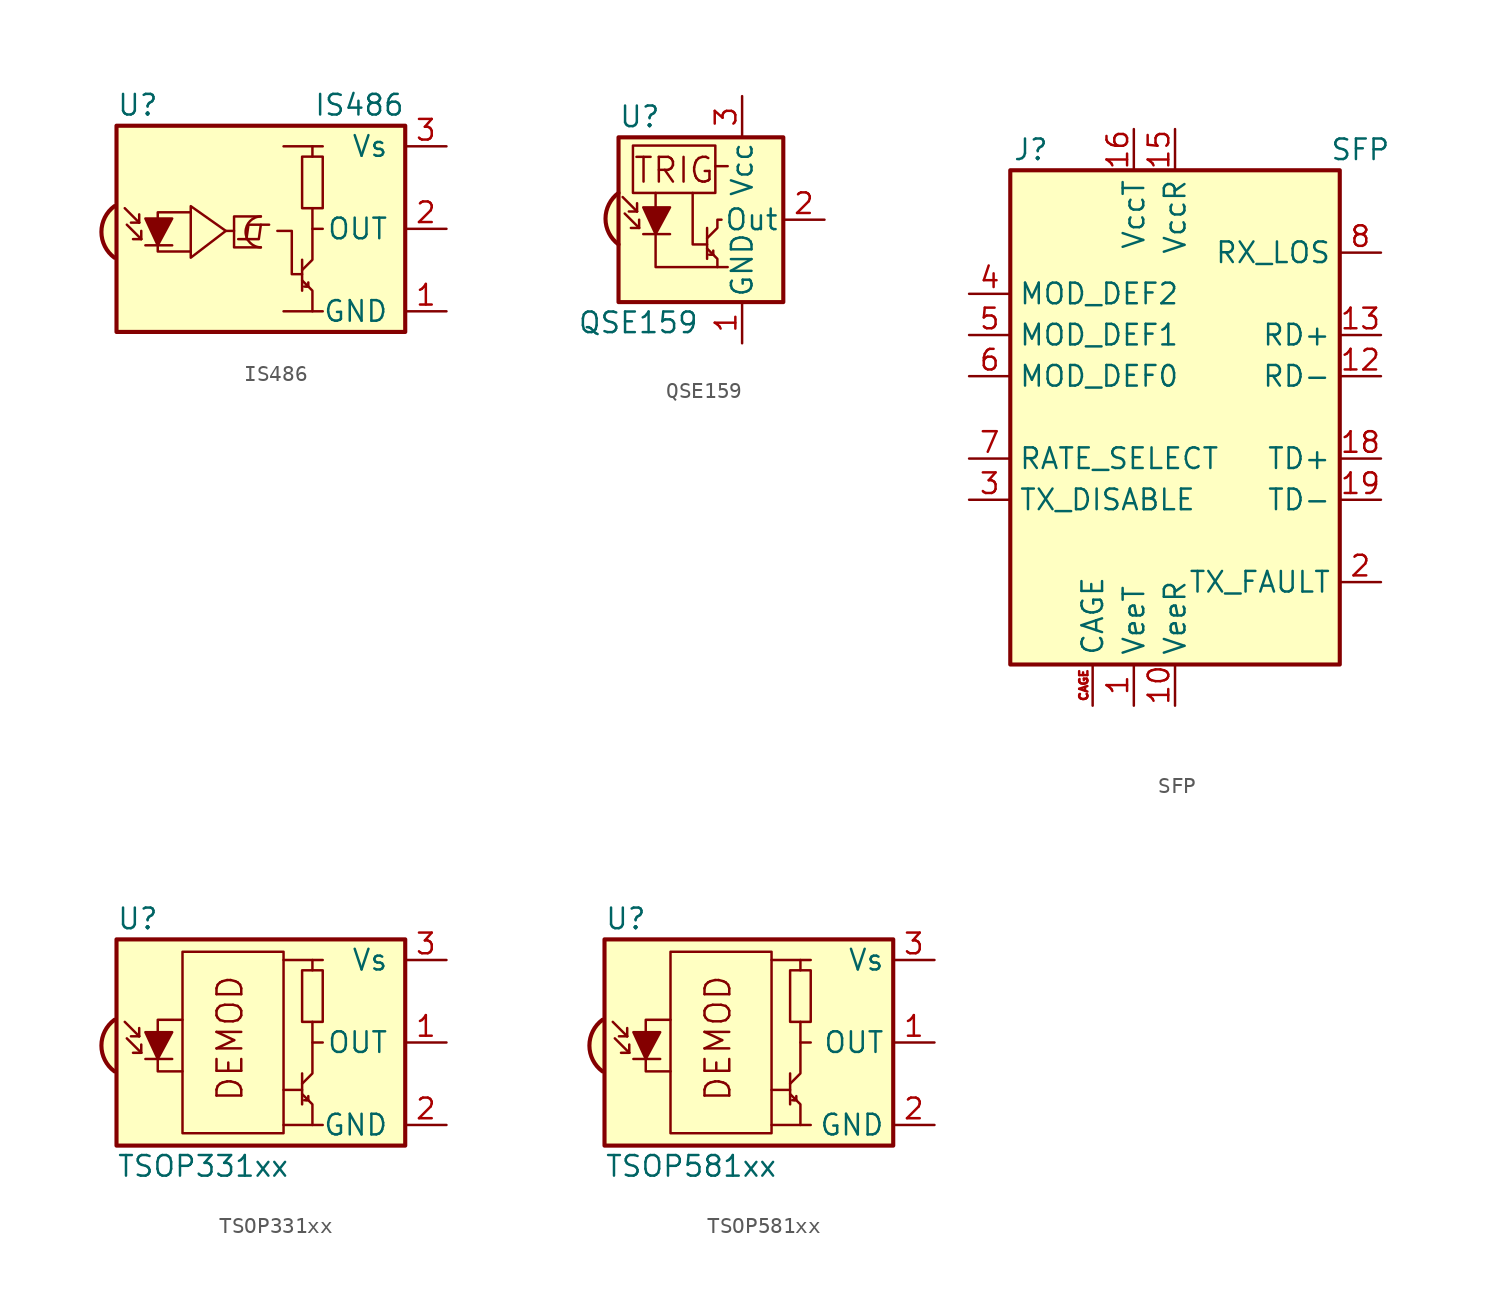
<source format=kicad_sym>
(kicad_symbol_lib
  (version 20220914)
  (generator kicad_symbol_editor)
  (symbol "IS486"
    (pin_names
      (offset 1.016))
    (property "Reference" "U"
      (at -10.16 7.62 0)
      (effects (font (size 1.27 1.27)) (justify left)))
    (property "Value" "IS486"
      (at 7.62 7.62 0)
      (effects (font (size 1.27 1.27)) (justify right)))
    (symbol "IS486_0_0"
      (arc (start -10.287 1.397) (mid -11.0899 -0.1852) (end -10.287 -1.778) (stroke (width 0.254) (type default)) (fill (type background)))
      (polyline (pts (xy 1.905 -5.08) (xy 0.127 -5.08)) (stroke (width 0) (type default)) (fill (type none)))
      (polyline (pts (xy 1.905 5.08) (xy 0.127 5.08)) (stroke (width 0) (type default)) (fill (type none))))
    (symbol "IS486_0_1"
      (arc (start -1.27 0.762) (mid -2.2099 -0.1905) (end -1.27 -1.143) (stroke (width 0) (type default)) (fill (type none)))
      (polyline (pts (xy -8.763 0.381) (xy -9.652 1.27)) (stroke (width 0) (type default)) (fill (type none)))
      (polyline (pts (xy -8.763 0.381) (xy -9.271 0.381)) (stroke (width 0) (type default)) (fill (type none)))
      (polyline (pts (xy -8.763 0.381) (xy -8.763 0.889)) (stroke (width 0) (type default)) (fill (type none)))
      (polyline (pts (xy -8.636 -0.635) (xy -9.525 0.254)) (stroke (width 0) (type default)) (fill (type none)))
      (polyline (pts (xy -8.636 -0.635) (xy -9.144 -0.635)) (stroke (width 0) (type default)) (fill (type none)))
      (polyline (pts (xy -8.636 -0.635) (xy -8.636 -0.127)) (stroke (width 0) (type default)) (fill (type none)))
      (polyline (pts (xy -8.382 -1.016) (xy -6.731 -1.016)) (stroke (width 0) (type default)) (fill (type none)))
      (polyline (pts (xy -3.429 -0.127) (xy -2.921 -0.127)) (stroke (width 0) (type default)) (fill (type none)))
      (polyline (pts (xy 1.27 -1.905) (xy 1.27 -3.81)) (stroke (width 0) (type default)) (fill (type none)))
      (polyline (pts (xy 1.397 -3.556) (xy 1.524 -3.556)) (stroke (width 0) (type default)) (fill (type none)))
      (polyline (pts (xy 1.651 -3.556) (xy 1.524 -3.556)) (stroke (width 0) (type default)) (fill (type none)))
      (polyline (pts (xy 1.651 -3.556) (xy 1.651 -3.302)) (stroke (width 0) (type default)) (fill (type none)))
      (polyline (pts (xy 1.905 0) (xy 1.905 1.27)) (stroke (width 0) (type default)) (fill (type none)))
      (polyline (pts (xy -2.667 -0.635) (xy -1.397 -0.635) (xy -1.27 0.254)) (stroke (width 0) (type default)) (fill (type none)))
      (polyline (pts (xy -0.762 0.254) (xy -2.032 0.254) (xy -2.159 -0.635)) (stroke (width 0) (type default)) (fill (type none)))
      (polyline (pts (xy 1.905 4.445) (xy 1.905 5.08) (xy 2.54 5.08)) (stroke (width 0) (type default)) (fill (type none)))
      (polyline (pts (xy -8.382 0.635) (xy -6.731 0.635) (xy -7.62 -1.016) (xy -8.382 0.635)) (stroke (width 0) (type default)) (fill (type outline)))
      (polyline (pts (xy -5.588 -1.397) (xy -7.62 -1.397) (xy -7.62 1.016) (xy -5.588 1.016)) (stroke (width 0) (type default)) (fill (type none)))
      (polyline (pts (xy -3.429 -0.127) (xy -5.588 1.397) (xy -5.588 -1.778) (xy -3.429 -0.127)) (stroke (width 0) (type default)) (fill (type none)))
      (polyline (pts (xy -1.27 0.762) (xy -2.921 0.762) (xy -2.921 -1.143) (xy -1.27 -1.143)) (stroke (width 0) (type default)) (fill (type none)))
      (polyline (pts (xy 1.27 -3.175) (xy 1.905 -3.81) (xy 1.905 -5.08) (xy 2.54 -5.08)) (stroke (width 0) (type default)) (fill (type none)))
      (polyline (pts (xy 1.27 -2.794) (xy 0.635 -2.794) (xy 0.635 -0.127) (xy -0.254 -0.127)) (stroke (width 0) (type default)) (fill (type none)))
      (polyline (pts (xy 1.27 -2.54) (xy 1.905 -1.905) (xy 1.905 0) (xy 2.54 0)) (stroke (width 0) (type default)) (fill (type none)))
      (rectangle (start 2.54 1.27) (end 1.27 4.445) (stroke (width 0) (type default)) (fill (type none)))
      (rectangle (start 7.62 6.35) (end -10.16 -6.35) (stroke (width 0.254) (type default)) (fill (type background))))
    (symbol "IS486_1_1"
      (pin power_in line (at 10.16 -5.08 180) (length 2.54) (name "GND" (effects (font (size 1.27 1.27)))) (number "1" (effects (font (size 1.27 1.27)))))
      (pin output line (at 10.16 0 180) (length 2.54) (name "OUT" (effects (font (size 1.27 1.27)))) (number "2" (effects (font (size 1.27 1.27)))))
      (pin power_in line (at 10.16 5.08 180) (length 2.54) (name "Vs" (effects (font (size 1.27 1.27)))) (number "3" (effects (font (size 1.27 1.27)))))))
  (symbol "QSE159"
    (pin_names
      (offset 0.254))
    (property "Reference" "U"
      (at -5.08 6.35 0)
      (effects (font (size 1.27 1.27)) (justify left)))
    (property "Value" "QSE159"
      (at -7.62 -6.35 0)
      (effects (font (size 1.27 1.27)) (justify left)))
    (symbol "QSE159_0_0"
      (arc (start -5.08 1.651) (mid -5.8829 0.0688) (end -5.08 -1.524) (stroke (width 0.254) (type default)) (fill (type background)))
      (polyline (pts (xy 0.889 3.302) (xy 1.651 3.302)) (stroke (width 0) (type default)) (fill (type none)))
      (polyline (pts (xy 0.381 -1.778) (xy 1.016 -2.413) (xy 1.016 -2.921)) (stroke (width 0) (type default)) (fill (type none)))
      (polyline (pts (xy 0.381 -1.524) (xy -0.508 -1.524) (xy -0.508 1.651)) (stroke (width 0) (type default)) (fill (type none)))
      (polyline (pts (xy 1.651 -2.921) (xy -2.794 -2.921) (xy -2.794 1.651)) (stroke (width 0) (type default)) (fill (type none)))
      (polyline (pts (xy 0.381 -1.143) (xy 1.016 -0.508) (xy 1.016 0) (xy 1.27 0)) (stroke (width 0) (type default)) (fill (type none)))
      (rectangle (start 0.889 4.572) (end -4.191 1.651) (stroke (width 0) (type default)) (fill (type none)))
      (rectangle (start 5.08 5.08) (end -5.08 -5.08) (stroke (width 0.254) (type default)) (fill (type background)))
      (text "TRIG" (at -1.651 3.048 0) (effects (font (size 1.524 1.524)))))
    (symbol "QSE159_0_1"
      (polyline (pts (xy -3.937 0.508) (xy -4.826 1.397)) (stroke (width 0) (type default)) (fill (type none)))
      (polyline (pts (xy -3.937 0.508) (xy -4.445 0.508)) (stroke (width 0) (type default)) (fill (type none)))
      (polyline (pts (xy -3.937 0.508) (xy -3.937 1.016)) (stroke (width 0) (type default)) (fill (type none)))
      (polyline (pts (xy -3.81 -0.508) (xy -4.699 0.381)) (stroke (width 0) (type default)) (fill (type none)))
      (polyline (pts (xy -3.81 -0.508) (xy -4.318 -0.508)) (stroke (width 0) (type default)) (fill (type none)))
      (polyline (pts (xy -3.81 -0.508) (xy -3.81 0)) (stroke (width 0) (type default)) (fill (type none)))
      (polyline (pts (xy -3.556 -0.889) (xy -1.905 -0.889)) (stroke (width 0) (type default)) (fill (type none)))
      (polyline (pts (xy 0.381 -0.508) (xy 0.381 -2.413)) (stroke (width 0) (type default)) (fill (type none)))
      (polyline (pts (xy 0.508 -2.159) (xy 0.635 -2.159)) (stroke (width 0) (type default)) (fill (type none)))
      (polyline (pts (xy 0.762 -2.159) (xy 0.635 -2.159)) (stroke (width 0) (type default)) (fill (type none)))
      (polyline (pts (xy 0.762 -2.159) (xy 0.762 -1.905)) (stroke (width 0) (type default)) (fill (type none)))
      (polyline (pts (xy -3.556 0.762) (xy -1.905 0.762) (xy -2.794 -0.889) (xy -3.556 0.762)) (stroke (width 0) (type default)) (fill (type outline))))
    (symbol "QSE159_1_1"
      (pin power_in line (at 2.54 -7.62 90) (length 2.54) (name "GND" (effects (font (size 1.27 1.27)))) (number "1" (effects (font (size 1.27 1.27)))))
      (pin output line (at 7.62 0 180) (length 2.54) (name "Out" (effects (font (size 1.27 1.27)))) (number "2" (effects (font (size 1.27 1.27)))))
      (pin power_in line (at 2.54 7.62 270) (length 2.54) (name "Vcc" (effects (font (size 1.27 1.27)))) (number "3" (effects (font (size 1.27 1.27)))))))
  (symbol "SFP"
    (property "Reference" "J"
      (at -8.89 16.51 0)
      (effects (font (size 1.27 1.27))))
    (property "Value" "SFP"
      (at 11.43 16.51 0)
      (effects (font (size 1.27 1.27))))
    (symbol "SFP_0_0"
      (rectangle (start -10.16 15.24) (end 10.16 -15.24) (stroke (width 0.254) (type default)) (fill (type background))))
    (symbol "SFP_1_1"
      (pin power_in line (at -2.54 -17.78 90) (length 2.54) (name "VeeT" (effects (font (size 1.27 1.27)))) (number "1" (effects (font (size 1.27 1.27)))))
      (pin power_in line (at 0 -17.78 90) (length 2.54) (name "VeeR" (effects (font (size 1.27 1.27)))) (number "10" (effects (font (size 1.27 1.27)))))
      (pin passive line (at 0 -17.78 90) (length 2.54) hide (name "VeeR" (effects (font (size 1.27 1.27)))) (number "11" (effects (font (size 1.27 1.27)))))
      (pin output line (at 12.7 2.54 180) (length 2.54) (name "RD-" (effects (font (size 1.27 1.27)))) (number "12" (effects (font (size 1.27 1.27)))))
      (pin output line (at 12.7 5.08 180) (length 2.54) (name "RD+" (effects (font (size 1.27 1.27)))) (number "13" (effects (font (size 1.27 1.27)))))
      (pin passive line (at 0 -17.78 90) (length 2.54) hide (name "VeeR" (effects (font (size 1.27 1.27)))) (number "14" (effects (font (size 1.27 1.27)))))
      (pin power_in line (at 0 17.78 270) (length 2.54) (name "VccR" (effects (font (size 1.27 1.27)))) (number "15" (effects (font (size 1.27 1.27)))))
      (pin power_in line (at -2.54 17.78 270) (length 2.54) (name "VccT" (effects (font (size 1.27 1.27)))) (number "16" (effects (font (size 1.27 1.27)))))
      (pin passive line (at -2.54 -17.78 90) (length 2.54) hide (name "VeeT" (effects (font (size 1.27 1.27)))) (number "17" (effects (font (size 1.27 1.27)))))
      (pin input line (at 12.7 -2.54 180) (length 2.54) (name "TD+" (effects (font (size 1.27 1.27)))) (number "18" (effects (font (size 1.27 1.27)))))
      (pin input line (at 12.7 -5.08 180) (length 2.54) (name "TD-" (effects (font (size 1.27 1.27)))) (number "19" (effects (font (size 1.27 1.27)))))
      (pin open_collector line (at 12.7 -10.16 180) (length 2.54) (name "TX_FAULT" (effects (font (size 1.27 1.27)))) (number "2" (effects (font (size 1.27 1.27)))))
      (pin passive line (at -2.54 -17.78 90) (length 2.54) hide (name "VeeT" (effects (font (size 1.27 1.27)))) (number "20" (effects (font (size 1.27 1.27)))))
      (pin input line (at -12.7 -5.08 0) (length 2.54) (name "TX_DISABLE" (effects (font (size 1.27 1.27)))) (number "3" (effects (font (size 1.27 1.27)))))
      (pin bidirectional line (at -12.7 7.62 0) (length 2.54) (name "MOD_DEF2" (effects (font (size 1.27 1.27)))) (number "4" (effects (font (size 1.27 1.27)))))
      (pin input line (at -12.7 5.08 0) (length 2.54) (name "MOD_DEF1" (effects (font (size 1.27 1.27)))) (number "5" (effects (font (size 1.27 1.27)))))
      (pin passive line (at -12.7 2.54 0) (length 2.54) (name "MOD_DEF0" (effects (font (size 1.27 1.27)))) (number "6" (effects (font (size 1.27 1.27)))))
      (pin input line (at -12.7 -2.54 0) (length 2.54) (name "RATE_SELECT" (effects (font (size 1.27 1.27)))) (number "7" (effects (font (size 1.27 1.27)))))
      (pin open_collector line (at 12.7 10.16 180) (length 2.54) (name "RX_LOS" (effects (font (size 1.27 1.27)))) (number "8" (effects (font (size 1.27 1.27)))))
      (pin passive line (at 0 -17.78 90) (length 2.54) hide (name "VeeR" (effects (font (size 1.27 1.27)))) (number "9" (effects (font (size 1.27 1.27)))))
      (pin passive line (at -5.08 -17.78 90) (length 2.54) (name "CAGE" (effects (font (size 1.27 1.27)))) (number "CAGE" (effects (font (size 0.508 0.508)))))))
  (symbol "TSOP331xx"
    (pin_names
      (offset 1.016))
    (property "Reference" "U"
      (at -10.16 7.62 0)
      (effects (font (size 1.27 1.27)) (justify left)))
    (property "Value" "TSOP331xx"
      (at -10.16 -7.62 0)
      (effects (font (size 1.27 1.27)) (justify left)))
    (symbol "TSOP331xx_0_0"
      (arc (start -10.287 1.397) (mid -11.0899 -0.1852) (end -10.287 -1.778) (stroke (width 0.254) (type default)) (fill (type background)))
      (polyline (pts (xy 1.905 -5.08) (xy 0.127 -5.08)) (stroke (width 0) (type default)) (fill (type none)))
      (polyline (pts (xy 1.905 5.08) (xy 0.127 5.08)) (stroke (width 0) (type default)) (fill (type none)))
      (text "DEMOD" (at -3.175 0.254 900) (effects (font (size 1.524 1.524)))))
    (symbol "TSOP331xx_0_1"
      (rectangle (start -6.096 5.588) (end 0.127 -5.588) (stroke (width 0) (type default)) (fill (type none)))
      (polyline (pts (xy -8.763 0.381) (xy -9.652 1.27)) (stroke (width 0) (type default)) (fill (type none)))
      (polyline (pts (xy -8.763 0.381) (xy -9.271 0.381)) (stroke (width 0) (type default)) (fill (type none)))
      (polyline (pts (xy -8.763 0.381) (xy -8.763 0.889)) (stroke (width 0) (type default)) (fill (type none)))
      (polyline (pts (xy -8.636 -0.635) (xy -9.525 0.254)) (stroke (width 0) (type default)) (fill (type none)))
      (polyline (pts (xy -8.636 -0.635) (xy -9.144 -0.635)) (stroke (width 0) (type default)) (fill (type none)))
      (polyline (pts (xy -8.636 -0.635) (xy -8.636 -0.127)) (stroke (width 0) (type default)) (fill (type none)))
      (polyline (pts (xy -8.382 -1.016) (xy -6.731 -1.016)) (stroke (width 0) (type default)) (fill (type none)))
      (polyline (pts (xy 1.27 -2.921) (xy 0.127 -2.921)) (stroke (width 0) (type default)) (fill (type none)))
      (polyline (pts (xy 1.27 -1.905) (xy 1.27 -3.81)) (stroke (width 0) (type default)) (fill (type none)))
      (polyline (pts (xy 1.397 -3.556) (xy 1.524 -3.556)) (stroke (width 0) (type default)) (fill (type none)))
      (polyline (pts (xy 1.651 -3.556) (xy 1.524 -3.556)) (stroke (width 0) (type default)) (fill (type none)))
      (polyline (pts (xy 1.651 -3.556) (xy 1.651 -3.302)) (stroke (width 0) (type default)) (fill (type none)))
      (polyline (pts (xy 1.905 0) (xy 1.905 1.27)) (stroke (width 0) (type default)) (fill (type none)))
      (polyline (pts (xy 1.905 4.445) (xy 1.905 5.08) (xy 2.54 5.08)) (stroke (width 0) (type default)) (fill (type none)))
      (polyline (pts (xy -8.382 0.635) (xy -6.731 0.635) (xy -7.62 -1.016) (xy -8.382 0.635)) (stroke (width 0) (type default)) (fill (type outline)))
      (polyline (pts (xy -6.096 1.397) (xy -7.62 1.397) (xy -7.62 -1.778) (xy -6.096 -1.778)) (stroke (width 0) (type default)) (fill (type none)))
      (polyline (pts (xy 1.27 -3.175) (xy 1.905 -3.81) (xy 1.905 -5.08) (xy 2.54 -5.08)) (stroke (width 0) (type default)) (fill (type none)))
      (polyline (pts (xy 1.27 -2.54) (xy 1.905 -1.905) (xy 1.905 0) (xy 2.54 0)) (stroke (width 0) (type default)) (fill (type none)))
      (rectangle (start 2.54 1.27) (end 1.27 4.445) (stroke (width 0) (type default)) (fill (type none)))
      (rectangle (start 7.62 6.35) (end -10.16 -6.35) (stroke (width 0.254) (type default)) (fill (type background))))
    (symbol "TSOP331xx_1_1"
      (pin output line (at 10.16 0 180) (length 2.54) (name "OUT" (effects (font (size 1.27 1.27)))) (number "1" (effects (font (size 1.27 1.27)))))
      (pin power_in line (at 10.16 -5.08 180) (length 2.54) (name "GND" (effects (font (size 1.27 1.27)))) (number "2" (effects (font (size 1.27 1.27)))))
      (pin power_in line (at 10.16 5.08 180) (length 2.54) (name "Vs" (effects (font (size 1.27 1.27)))) (number "3" (effects (font (size 1.27 1.27)))))))
  (symbol "TSOP581xx"
    (property "Reference" "U"
      (at -10.16 7.62 0)
      (effects (font (size 1.27 1.27)) (justify left)))
    (property "Value" "TSOP581xx"
      (at -10.16 -7.62 0)
      (effects (font (size 1.27 1.27)) (justify left)))
    (symbol "TSOP581xx_0_0"
      (arc (start -10.287 1.397) (mid -11.0899 -0.1852) (end -10.287 -1.778) (stroke (width 0.254) (type default)) (fill (type background)))
      (polyline (pts (xy 1.905 -5.08) (xy 0.127 -5.08)) (stroke (width 0) (type default)) (fill (type none)))
      (polyline (pts (xy 1.905 5.08) (xy 0.127 5.08)) (stroke (width 0) (type default)) (fill (type none)))
      (text "DEMOD" (at -3.175 0.254 900) (effects (font (size 1.524 1.524)))))
    (symbol "TSOP581xx_0_1"
      (rectangle (start -6.096 5.588) (end 0.127 -5.588) (stroke (width 0) (type default)) (fill (type none)))
      (polyline (pts (xy -8.763 0.381) (xy -9.652 1.27)) (stroke (width 0) (type default)) (fill (type none)))
      (polyline (pts (xy -8.763 0.381) (xy -9.271 0.381)) (stroke (width 0) (type default)) (fill (type none)))
      (polyline (pts (xy -8.763 0.381) (xy -8.763 0.889)) (stroke (width 0) (type default)) (fill (type none)))
      (polyline (pts (xy -8.636 -0.635) (xy -9.525 0.254)) (stroke (width 0) (type default)) (fill (type none)))
      (polyline (pts (xy -8.636 -0.635) (xy -9.144 -0.635)) (stroke (width 0) (type default)) (fill (type none)))
      (polyline (pts (xy -8.636 -0.635) (xy -8.636 -0.127)) (stroke (width 0) (type default)) (fill (type none)))
      (polyline (pts (xy -8.382 -1.016) (xy -6.731 -1.016)) (stroke (width 0) (type default)) (fill (type none)))
      (polyline (pts (xy 1.27 -2.921) (xy 0.127 -2.921)) (stroke (width 0) (type default)) (fill (type none)))
      (polyline (pts (xy 1.27 -1.905) (xy 1.27 -3.81)) (stroke (width 0) (type default)) (fill (type none)))
      (polyline (pts (xy 1.397 -3.556) (xy 1.524 -3.556)) (stroke (width 0) (type default)) (fill (type none)))
      (polyline (pts (xy 1.651 -3.556) (xy 1.524 -3.556)) (stroke (width 0) (type default)) (fill (type none)))
      (polyline (pts (xy 1.651 -3.556) (xy 1.651 -3.302)) (stroke (width 0) (type default)) (fill (type none)))
      (polyline (pts (xy 1.905 0) (xy 1.905 1.27)) (stroke (width 0) (type default)) (fill (type none)))
      (polyline (pts (xy 1.905 4.445) (xy 1.905 5.08) (xy 2.54 5.08)) (stroke (width 0) (type default)) (fill (type none)))
      (polyline (pts (xy -8.382 0.635) (xy -6.731 0.635) (xy -7.62 -1.016) (xy -8.382 0.635)) (stroke (width 0) (type default)) (fill (type outline)))
      (polyline (pts (xy -6.096 1.397) (xy -7.62 1.397) (xy -7.62 -1.778) (xy -6.096 -1.778)) (stroke (width 0) (type default)) (fill (type none)))
      (polyline (pts (xy 1.27 -3.175) (xy 1.905 -3.81) (xy 1.905 -5.08) (xy 2.54 -5.08)) (stroke (width 0) (type default)) (fill (type none)))
      (polyline (pts (xy 1.27 -2.54) (xy 1.905 -1.905) (xy 1.905 0) (xy 2.54 0)) (stroke (width 0) (type default)) (fill (type none)))
      (rectangle (start 2.54 1.27) (end 1.27 4.445) (stroke (width 0) (type default)) (fill (type none)))
      (rectangle (start 7.62 6.35) (end -10.16 -6.35) (stroke (width 0.254) (type default)) (fill (type background))))
    (symbol "TSOP581xx_1_1"
      (pin output line (at 10.16 0 180) (length 2.54) (name "OUT" (effects (font (size 1.27 1.27)))) (number "1" (effects (font (size 1.27 1.27)))))
      (pin power_in line (at 10.16 -5.08 180) (length 2.54) (name "GND" (effects (font (size 1.27 1.27)))) (number "2" (effects (font (size 1.27 1.27)))))
      (pin power_in line (at 10.16 5.08 180) (length 2.54) (name "Vs" (effects (font (size 1.27 1.27)))) (number "3" (effects (font (size 1.27 1.27))))))))
</source>
